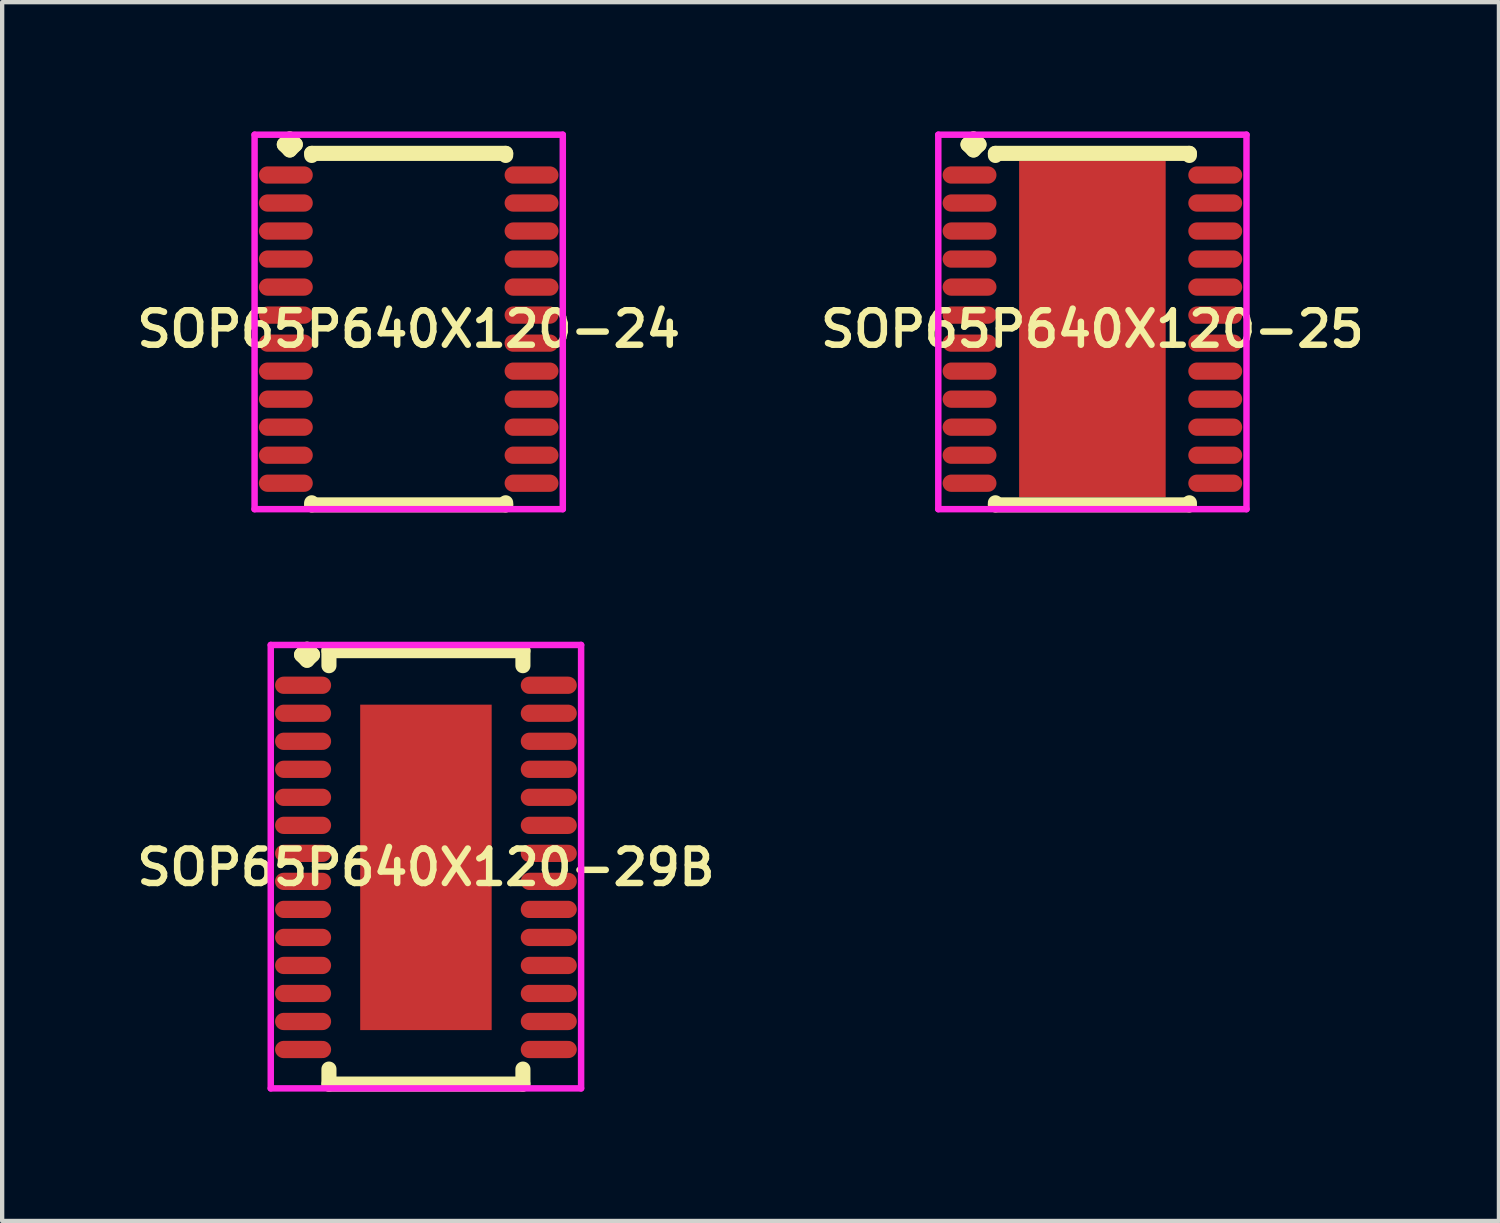
<source format=kicad_pcb>
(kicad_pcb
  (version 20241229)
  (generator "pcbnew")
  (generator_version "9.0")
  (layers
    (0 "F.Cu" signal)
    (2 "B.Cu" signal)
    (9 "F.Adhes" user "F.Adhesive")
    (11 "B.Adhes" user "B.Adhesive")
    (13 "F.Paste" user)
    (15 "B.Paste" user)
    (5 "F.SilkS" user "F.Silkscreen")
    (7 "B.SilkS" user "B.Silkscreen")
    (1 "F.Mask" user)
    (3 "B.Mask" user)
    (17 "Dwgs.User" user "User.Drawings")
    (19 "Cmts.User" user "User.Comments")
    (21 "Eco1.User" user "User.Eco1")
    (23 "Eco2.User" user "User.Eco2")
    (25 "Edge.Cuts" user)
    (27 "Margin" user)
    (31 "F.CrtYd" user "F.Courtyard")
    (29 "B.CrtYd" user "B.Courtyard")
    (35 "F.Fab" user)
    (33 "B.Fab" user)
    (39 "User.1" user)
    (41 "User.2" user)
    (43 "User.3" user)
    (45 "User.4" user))
  (footprint "SOP65P640X120-29B"
    (layer "F.Cu")
    (at 6.831 17.072)
    (property "Reference" "SOP65P640X120-29B" (at 0 0 0) (layer "F.SilkS") (effects (font (size 0.8 0.8) (thickness 0.15))))
    (attr smd)
    (fp_line (start -2.885 -4.933) (end -2.758 -5.06) (stroke (width 0.35) (type solid)) (layer "F.SilkS"))
    (fp_line (start -2.758 -5.06) (end -2.631 -4.933) (stroke (width 0.35) (type solid)) (layer "F.SilkS"))
    (fp_line (start -2.758 -4.806) (end -2.885 -4.933) (stroke (width 0.35) (type solid)) (layer "F.SilkS"))
    (fp_line (start -2.631 -4.933) (end -2.758 -4.806) (stroke (width 0.35) (type solid)) (layer "F.SilkS"))
    (fp_line (start -2.25 -5.027) (end 2.25 -5.027) (stroke (width 0.35) (type solid)) (layer "F.SilkS"))
    (fp_line (start -2.25 -4.679) (end -2.25 -5.027) (stroke (width 0.35) (type solid)) (layer "F.SilkS"))
    (fp_line (start -2.25 4.679) (end -2.25 5.027) (stroke (width 0.35) (type solid)) (layer "F.SilkS"))
    (fp_line (start -2.25 5.027) (end 2.25 5.027) (stroke (width 0.35) (type solid)) (layer "F.SilkS"))
    (fp_line (start 2.25 -5.027) (end 2.25 -4.679) (stroke (width 0.35) (type solid)) (layer "F.SilkS"))
    (fp_line (start 2.25 5.027) (end 2.25 4.679) (stroke (width 0.35) (type solid)) (layer "F.SilkS"))
    (fp_line (start -3.6 -5.16) (end 3.6 -5.16) (stroke (width 0.15) (type solid)) (layer "F.CrtYd"))
    (fp_line (start -3.6 5.127) (end -3.6 -5.16) (stroke (width 0.15) (type solid)) (layer "F.CrtYd"))
    (fp_line (start 3.6 -5.16) (end 3.6 5.127) (stroke (width 0.15) (type solid)) (layer "F.CrtYd"))
    (fp_line (start 3.6 5.127) (end -3.6 5.127) (stroke (width 0.15) (type solid)) (layer "F.CrtYd"))
    (pad "1" smd oval (at -2.85 -4.225) (size 1.3 0.4) (layers "F.Cu" "F.Mask" "F.Paste"))
    (pad "2" smd oval (at -2.85 -3.575) (size 1.3 0.4) (layers "F.Cu" "F.Mask" "F.Paste"))
    (pad "3" smd oval (at -2.85 -2.925) (size 1.3 0.4) (layers "F.Cu" "F.Mask" "F.Paste"))
    (pad "4" smd oval (at -2.85 -2.275) (size 1.3 0.4) (layers "F.Cu" "F.Mask" "F.Paste"))
    (pad "5" smd oval (at -2.85 -1.625) (size 1.3 0.4) (layers "F.Cu" "F.Mask" "F.Paste"))
    (pad "6" smd oval (at -2.85 -0.975) (size 1.3 0.4) (layers "F.Cu" "F.Mask" "F.Paste"))
    (pad "7" smd oval (at -2.85 -0.325) (size 1.3 0.4) (layers "F.Cu" "F.Mask" "F.Paste"))
    (pad "8" smd oval (at -2.85 0.325) (size 1.3 0.4) (layers "F.Cu" "F.Mask" "F.Paste"))
    (pad "9" smd oval (at -2.85 0.975) (size 1.3 0.4) (layers "F.Cu" "F.Mask" "F.Paste"))
    (pad "10" smd oval (at -2.85 1.625) (size 1.3 0.4) (layers "F.Cu" "F.Mask" "F.Paste"))
    (pad "11" smd oval (at -2.85 2.275) (size 1.3 0.4) (layers "F.Cu" "F.Mask" "F.Paste"))
    (pad "12" smd oval (at -2.85 2.925) (size 1.3 0.4) (layers "F.Cu" "F.Mask" "F.Paste"))
    (pad "13" smd oval (at -2.85 3.575) (size 1.3 0.4) (layers "F.Cu" "F.Mask" "F.Paste"))
    (pad "14" smd oval (at -2.85 4.225) (size 1.3 0.4) (layers "F.Cu" "F.Mask" "F.Paste"))
    (pad "15" smd oval (at 2.85 4.225) (size 1.3 0.4) (layers "F.Cu" "F.Mask" "F.Paste"))
    (pad "16" smd oval (at 2.85 3.575) (size 1.3 0.4) (layers "F.Cu" "F.Mask" "F.Paste"))
    (pad "17" smd oval (at 2.85 2.925) (size 1.3 0.4) (layers "F.Cu" "F.Mask" "F.Paste"))
    (pad "18" smd oval (at 2.85 2.275) (size 1.3 0.4) (layers "F.Cu" "F.Mask" "F.Paste"))
    (pad "19" smd oval (at 2.85 1.625) (size 1.3 0.4) (layers "F.Cu" "F.Mask" "F.Paste"))
    (pad "20" smd oval (at 2.85 0.975) (size 1.3 0.4) (layers "F.Cu" "F.Mask" "F.Paste"))
    (pad "21" smd oval (at 2.85 0.325) (size 1.3 0.4) (layers "F.Cu" "F.Mask" "F.Paste"))
    (pad "22" smd oval (at 2.85 -0.325) (size 1.3 0.4) (layers "F.Cu" "F.Mask" "F.Paste"))
    (pad "23" smd oval (at 2.85 -0.975) (size 1.3 0.4) (layers "F.Cu" "F.Mask" "F.Paste"))
    (pad "24" smd oval (at 2.85 -1.625) (size 1.3 0.4) (layers "F.Cu" "F.Mask" "F.Paste"))
    (pad "25" smd oval (at 2.85 -2.275) (size 1.3 0.4) (layers "F.Cu" "F.Mask" "F.Paste"))
    (pad "26" smd oval (at 2.85 -2.925) (size 1.3 0.4) (layers "F.Cu" "F.Mask" "F.Paste"))
    (pad "27" smd oval (at 2.85 -3.575) (size 1.3 0.4) (layers "F.Cu" "F.Mask" "F.Paste"))
    (pad "28" smd oval (at 2.85 -4.225) (size 1.3 0.4) (layers "F.Cu" "F.Mask" "F.Paste"))
    (pad "29" smd rect (at 0 0) (size 3.05 7.55) (layers "F.Cu" "F.Mask" "F.Paste")))
  (footprint "SOP65P640X120-25"
    (layer "F.Cu")
    (at 22.292 4.585)
    (property "Reference" "SOP65P640X120-25" (at 0 0 0) (layer "F.SilkS") (effects (font (size 0.8 0.8) (thickness 0.15))))
    (attr smd)
    (fp_line (start -2.885 -4.283) (end -2.758 -4.41) (stroke (width 0.35) (type solid)) (layer "F.SilkS"))
    (fp_line (start -2.758 -4.41) (end -2.631 -4.283) (stroke (width 0.35) (type solid)) (layer "F.SilkS"))
    (fp_line (start -2.758 -4.156) (end -2.885 -4.283) (stroke (width 0.35) (type solid)) (layer "F.SilkS"))
    (fp_line (start -2.631 -4.283) (end -2.758 -4.156) (stroke (width 0.35) (type solid)) (layer "F.SilkS"))
    (fp_line (start -2.25 -4.077) (end 2.25 -4.077) (stroke (width 0.35) (type solid)) (layer "F.SilkS"))
    (fp_line (start -2.25 -4.029) (end -2.25 -4.077) (stroke (width 0.35) (type solid)) (layer "F.SilkS"))
    (fp_line (start -2.25 4.029) (end -2.25 4.077) (stroke (width 0.35) (type solid)) (layer "F.SilkS"))
    (fp_line (start -2.25 4.077) (end 2.25 4.077) (stroke (width 0.35) (type solid)) (layer "F.SilkS"))
    (fp_line (start 2.25 -4.077) (end 2.25 -4.029) (stroke (width 0.35) (type solid)) (layer "F.SilkS"))
    (fp_line (start 2.25 4.077) (end 2.25 4.029) (stroke (width 0.35) (type solid)) (layer "F.SilkS"))
    (fp_line (start -3.575 -4.51) (end 3.575 -4.51) (stroke (width 0.15) (type solid)) (layer "F.CrtYd"))
    (fp_line (start -3.575 4.177) (end -3.575 -4.51) (stroke (width 0.15) (type solid)) (layer "F.CrtYd"))
    (fp_line (start 3.575 -4.51) (end 3.575 4.177) (stroke (width 0.15) (type solid)) (layer "F.CrtYd"))
    (fp_line (start 3.575 4.177) (end -3.575 4.177) (stroke (width 0.15) (type solid)) (layer "F.CrtYd"))
    (pad "1" smd oval (at -2.85 -3.575) (size 1.25 0.4) (layers "F.Cu" "F.Mask" "F.Paste"))
    (pad "2" smd oval (at -2.85 -2.925) (size 1.25 0.4) (layers "F.Cu" "F.Mask" "F.Paste"))
    (pad "3" smd oval (at -2.85 -2.275) (size 1.25 0.4) (layers "F.Cu" "F.Mask" "F.Paste"))
    (pad "4" smd oval (at -2.85 -1.625) (size 1.25 0.4) (layers "F.Cu" "F.Mask" "F.Paste"))
    (pad "5" smd oval (at -2.85 -0.975) (size 1.25 0.4) (layers "F.Cu" "F.Mask" "F.Paste"))
    (pad "6" smd oval (at -2.85 -0.325) (size 1.25 0.4) (layers "F.Cu" "F.Mask" "F.Paste"))
    (pad "7" smd oval (at -2.85 0.325) (size 1.25 0.4) (layers "F.Cu" "F.Mask" "F.Paste"))
    (pad "8" smd oval (at -2.85 0.975) (size 1.25 0.4) (layers "F.Cu" "F.Mask" "F.Paste"))
    (pad "9" smd oval (at -2.85 1.625) (size 1.25 0.4) (layers "F.Cu" "F.Mask" "F.Paste"))
    (pad "10" smd oval (at -2.85 2.275) (size 1.25 0.4) (layers "F.Cu" "F.Mask" "F.Paste"))
    (pad "11" smd oval (at -2.85 2.925) (size 1.25 0.4) (layers "F.Cu" "F.Mask" "F.Paste"))
    (pad "12" smd oval (at -2.85 3.575) (size 1.25 0.4) (layers "F.Cu" "F.Mask" "F.Paste"))
    (pad "13" smd oval (at 2.85 3.575) (size 1.25 0.4) (layers "F.Cu" "F.Mask" "F.Paste"))
    (pad "14" smd oval (at 2.85 2.925) (size 1.25 0.4) (layers "F.Cu" "F.Mask" "F.Paste"))
    (pad "15" smd oval (at 2.85 2.275) (size 1.25 0.4) (layers "F.Cu" "F.Mask" "F.Paste"))
    (pad "16" smd oval (at 2.85 1.625) (size 1.25 0.4) (layers "F.Cu" "F.Mask" "F.Paste"))
    (pad "17" smd oval (at 2.85 0.975) (size 1.25 0.4) (layers "F.Cu" "F.Mask" "F.Paste"))
    (pad "18" smd oval (at 2.85 0.325) (size 1.25 0.4) (layers "F.Cu" "F.Mask" "F.Paste"))
    (pad "19" smd oval (at 2.85 -0.325) (size 1.25 0.4) (layers "F.Cu" "F.Mask" "F.Paste"))
    (pad "20" smd oval (at 2.85 -0.975) (size 1.25 0.4) (layers "F.Cu" "F.Mask" "F.Paste"))
    (pad "21" smd oval (at 2.85 -1.625) (size 1.25 0.4) (layers "F.Cu" "F.Mask" "F.Paste"))
    (pad "22" smd oval (at 2.85 -2.275) (size 1.25 0.4) (layers "F.Cu" "F.Mask" "F.Paste"))
    (pad "23" smd oval (at 2.85 -2.925) (size 1.25 0.4) (layers "F.Cu" "F.Mask" "F.Paste"))
    (pad "24" smd oval (at 2.85 -3.575) (size 1.25 0.4) (layers "F.Cu" "F.Mask" "F.Paste"))
    (pad "25" smd rect (at 0 0) (size 3.4 7.8) (layers "F.Cu" "F.Mask" "F.Paste")))
  (footprint "SOP65P640X120-24"
    (layer "F.Cu")
    (at 6.431 4.585)
    (property "Reference" "SOP65P640X120-24" (at 0 0 0) (layer "F.SilkS") (effects (font (size 0.8 0.8) (thickness 0.15))))
    (attr through_hole)
    (fp_line (start -2.885 -4.283) (end -2.758 -4.41) (stroke (width 0.35) (type solid)) (layer "F.SilkS"))
    (fp_line (start -2.758 -4.41) (end -2.631 -4.283) (stroke (width 0.35) (type solid)) (layer "F.SilkS"))
    (fp_line (start -2.758 -4.156) (end -2.885 -4.283) (stroke (width 0.35) (type solid)) (layer "F.SilkS"))
    (fp_line (start -2.631 -4.283) (end -2.758 -4.156) (stroke (width 0.35) (type solid)) (layer "F.SilkS"))
    (fp_line (start -2.25 -4.077) (end 2.25 -4.077) (stroke (width 0.35) (type solid)) (layer "F.SilkS"))
    (fp_line (start -2.25 -4.029) (end -2.25 -4.077) (stroke (width 0.35) (type solid)) (layer "F.SilkS"))
    (fp_line (start -2.25 4.029) (end -2.25 4.077) (stroke (width 0.35) (type solid)) (layer "F.SilkS"))
    (fp_line (start -2.25 4.077) (end 2.25 4.077) (stroke (width 0.35) (type solid)) (layer "F.SilkS"))
    (fp_line (start 2.25 -4.077) (end 2.25 -4.029) (stroke (width 0.35) (type solid)) (layer "F.SilkS"))
    (fp_line (start 2.25 4.077) (end 2.25 4.029) (stroke (width 0.35) (type solid)) (layer "F.SilkS"))
    (fp_line (start -3.575 -4.51) (end 3.575 -4.51) (stroke (width 0.15) (type solid)) (layer "F.CrtYd"))
    (fp_line (start -3.575 4.177) (end -3.575 -4.51) (stroke (width 0.15) (type solid)) (layer "F.CrtYd"))
    (fp_line (start 3.575 -4.51) (end 3.575 4.177) (stroke (width 0.15) (type solid)) (layer "F.CrtYd"))
    (fp_line (start 3.575 4.177) (end -3.575 4.177) (stroke (width 0.15) (type solid)) (layer "F.CrtYd"))
    (pad "1" smd oval (at -2.85 -3.575) (size 1.25 0.4) (layers "F.Cu" "F.Mask" "F.Paste"))
    (pad "2" smd oval (at -2.85 -2.925) (size 1.25 0.4) (layers "F.Cu" "F.Mask" "F.Paste"))
    (pad "3" smd oval (at -2.85 -2.275) (size 1.25 0.4) (layers "F.Cu" "F.Mask" "F.Paste"))
    (pad "4" smd oval (at -2.85 -1.625) (size 1.25 0.4) (layers "F.Cu" "F.Mask" "F.Paste"))
    (pad "5" smd oval (at -2.85 -0.975) (size 1.25 0.4) (layers "F.Cu" "F.Mask" "F.Paste"))
    (pad "6" smd oval (at -2.85 -0.325) (size 1.25 0.4) (layers "F.Cu" "F.Mask" "F.Paste"))
    (pad "7" smd oval (at -2.85 0.325) (size 1.25 0.4) (layers "F.Cu" "F.Mask" "F.Paste"))
    (pad "8" smd oval (at -2.85 0.975) (size 1.25 0.4) (layers "F.Cu" "F.Mask" "F.Paste"))
    (pad "9" smd oval (at -2.85 1.625) (size 1.25 0.4) (layers "F.Cu" "F.Mask" "F.Paste"))
    (pad "10" smd oval (at -2.85 2.275) (size 1.25 0.4) (layers "F.Cu" "F.Mask" "F.Paste"))
    (pad "11" smd oval (at -2.85 2.925) (size 1.25 0.4) (layers "F.Cu" "F.Mask" "F.Paste"))
    (pad "12" smd oval (at -2.85 3.575) (size 1.25 0.4) (layers "F.Cu" "F.Mask" "F.Paste"))
    (pad "13" smd oval (at 2.85 3.575) (size 1.25 0.4) (layers "F.Cu" "F.Mask" "F.Paste"))
    (pad "14" smd oval (at 2.85 2.925) (size 1.25 0.4) (layers "F.Cu" "F.Mask" "F.Paste"))
    (pad "15" smd oval (at 2.85 2.275) (size 1.25 0.4) (layers "F.Cu" "F.Mask" "F.Paste"))
    (pad "16" smd oval (at 2.85 1.625) (size 1.25 0.4) (layers "F.Cu" "F.Mask" "F.Paste"))
    (pad "17" smd oval (at 2.85 0.975) (size 1.25 0.4) (layers "F.Cu" "F.Mask" "F.Paste"))
    (pad "18" smd oval (at 2.85 0.325) (size 1.25 0.4) (layers "F.Cu" "F.Mask" "F.Paste"))
    (pad "19" smd oval (at 2.85 -0.325) (size 1.25 0.4) (layers "F.Cu" "F.Mask" "F.Paste"))
    (pad "20" smd oval (at 2.85 -0.975) (size 1.25 0.4) (layers "F.Cu" "F.Mask" "F.Paste"))
    (pad "21" smd oval (at 2.85 -1.625) (size 1.25 0.4) (layers "F.Cu" "F.Mask" "F.Paste"))
    (pad "22" smd oval (at 2.85 -2.275) (size 1.25 0.4) (layers "F.Cu" "F.Mask" "F.Paste"))
    (pad "23" smd oval (at 2.85 -2.925) (size 1.25 0.4) (layers "F.Cu" "F.Mask" "F.Paste"))
    (pad "24" smd oval (at 2.85 -3.575) (size 1.25 0.4) (layers "F.Cu" "F.Mask" "F.Paste")))
  (gr_rect
    (start -3 -3)
    (end 31.723 25.274)
    (stroke (width 0.1) (type default))
    (fill no)
    (layer "Edge.Cuts")))
</source>
